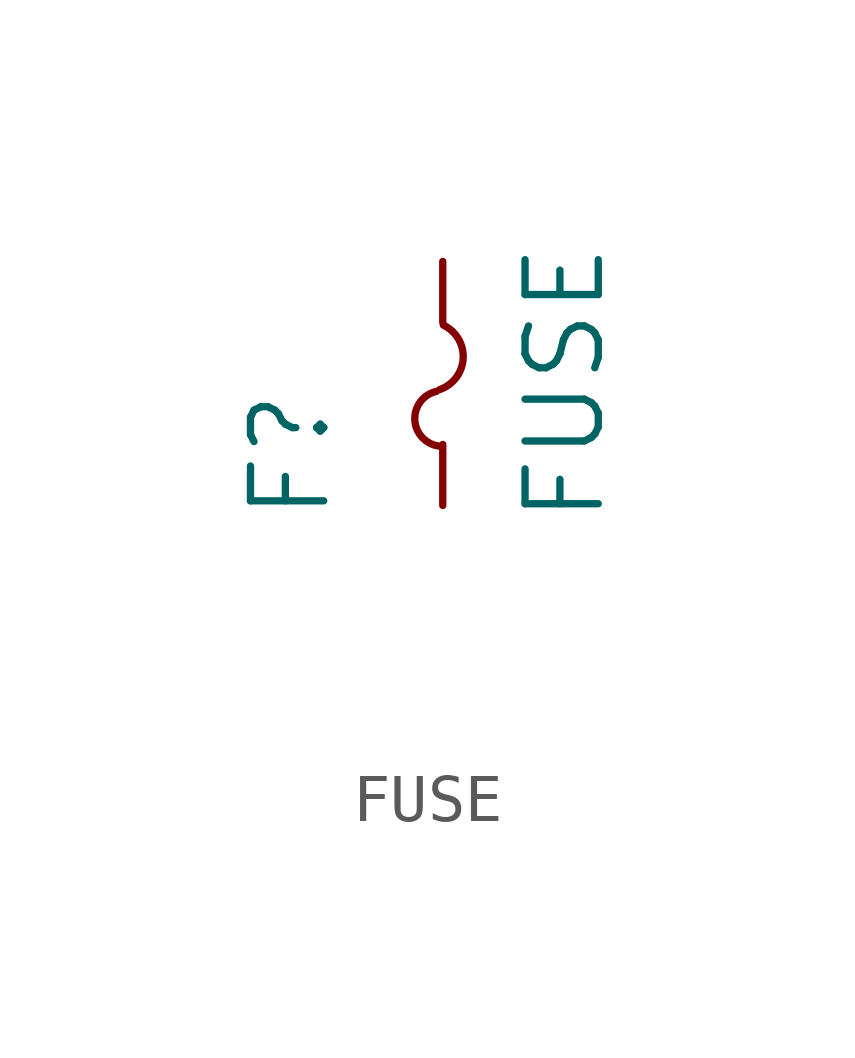
<source format=kicad_sym>
(kicad_symbol_lib
  (version 20220914)
  (generator kicad_symbol_editor)
  (symbol "FUSE"
    (pin_numbers hide)
    (pin_names hide)
    (property "Reference" "F"
      (at 0.635 -4.04 90)
      (effects (font (size 1.524 1.524))))
    (property "Value" "FUSE"
      (at 6.35 -2.54 90)
      (effects (font (size 1.524 1.524))))
    (property "Datasheet" ""
      (at 3.81 -9.12 90)
      (effects (font (size 1.524 1.524))))
    (symbol "FUSE_0_1"
      (arc (start 3.6756 -2.7058) (mid 3.2318 -3.3337) (end 3.8026 -3.8488) (stroke (width 0) (type solid)) (fill (type none)))
      (arc (start 3.7454 -2.6672) (mid 4.2346 -2.0223) (end 3.8226 -1.3255) (stroke (width 0) (type solid)) (fill (type none))))
    (symbol "FUSE_1_1"
      (pin unspecified line (at 3.81 -5.08 90) (length 1.27) (name "1" (effects (font (size 1.499 1.499)))) (number "1" (effects (font (size 1.499 1.499)))))
      (pin unspecified line (at 3.81 0 270) (length 1.27) (name "2" (effects (font (size 1.499 1.499)))) (number "2" (effects (font (size 1.499 1.499))))))))
</source>
